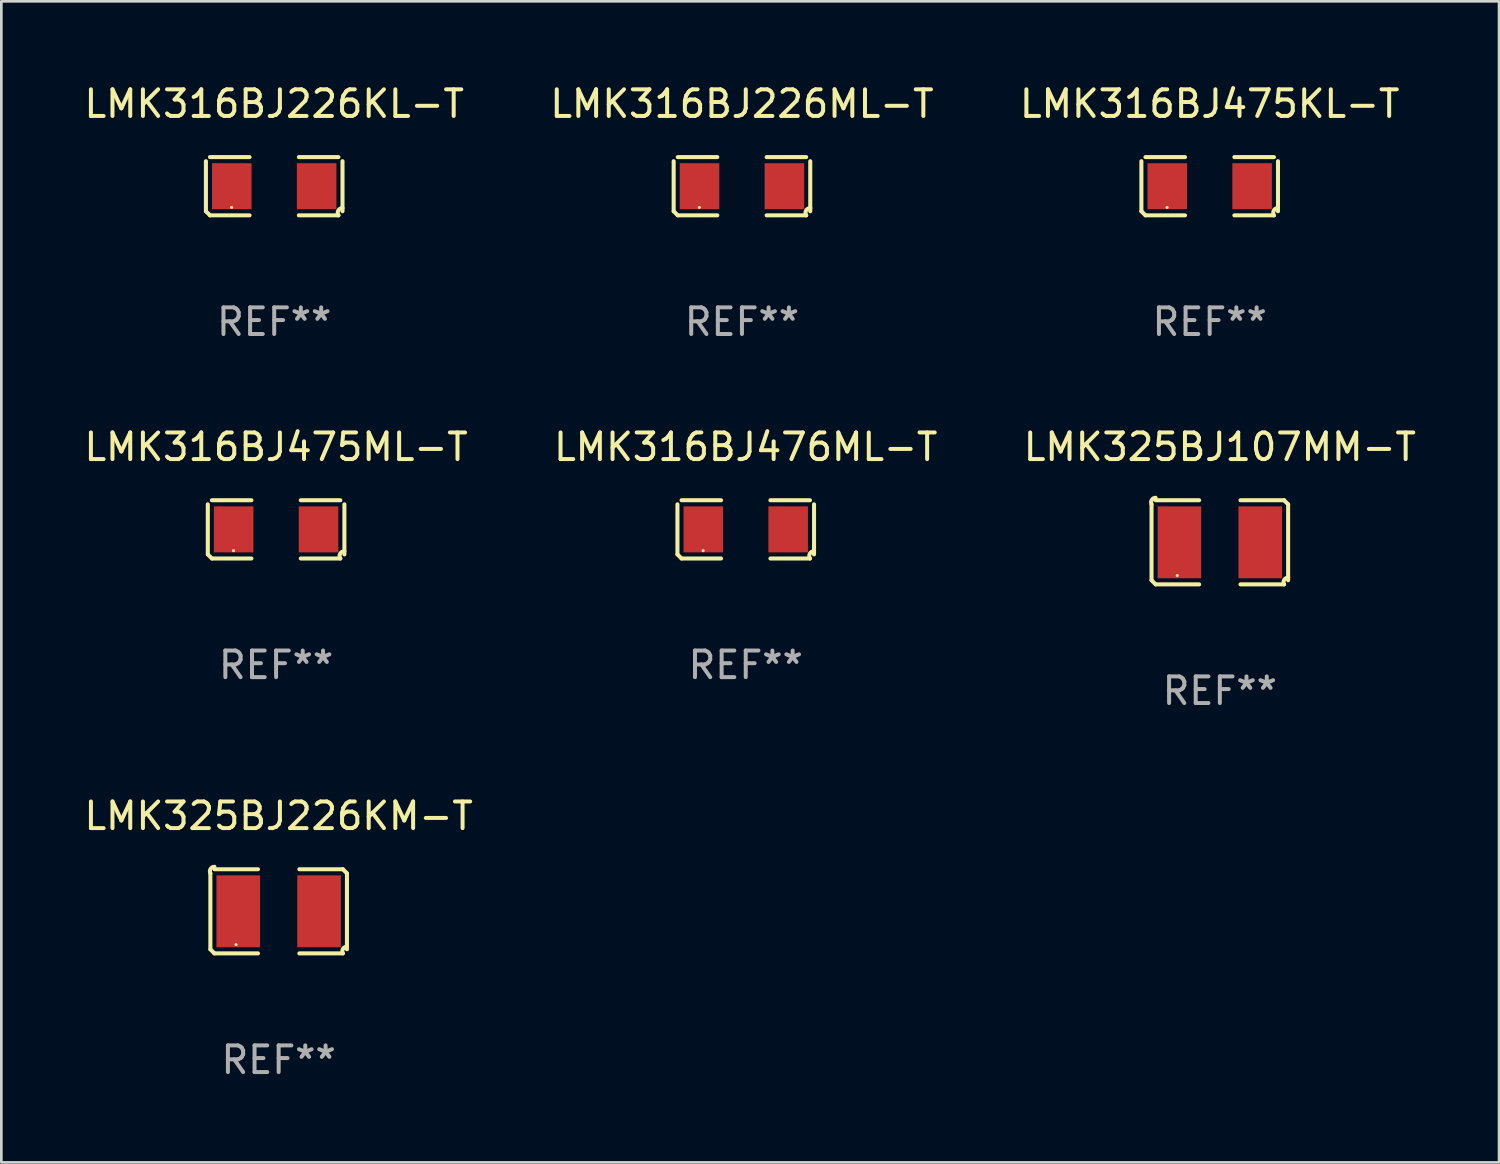
<source format=kicad_pcb>
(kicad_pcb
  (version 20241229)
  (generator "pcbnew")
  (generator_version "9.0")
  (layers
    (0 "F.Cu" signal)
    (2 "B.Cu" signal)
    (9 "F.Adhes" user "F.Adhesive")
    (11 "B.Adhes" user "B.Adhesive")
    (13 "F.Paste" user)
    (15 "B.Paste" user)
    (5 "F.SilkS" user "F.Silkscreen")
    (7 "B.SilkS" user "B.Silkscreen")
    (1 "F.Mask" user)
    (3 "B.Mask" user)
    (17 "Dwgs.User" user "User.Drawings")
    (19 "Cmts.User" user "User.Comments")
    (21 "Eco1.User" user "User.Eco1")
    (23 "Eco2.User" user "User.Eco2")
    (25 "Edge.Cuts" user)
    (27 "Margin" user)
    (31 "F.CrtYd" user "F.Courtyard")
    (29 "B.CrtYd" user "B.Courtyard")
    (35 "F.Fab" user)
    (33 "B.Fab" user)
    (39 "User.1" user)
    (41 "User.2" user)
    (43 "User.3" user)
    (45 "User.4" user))
  (footprint "LMK325BJ107MM-T"
    (layer "F.Cu")
    (at 42.744 17.309)
    (property "Reference" "LMK325BJ107MM-T" (at 0 -3.579 0) (layer "F.SilkS") (effects (font (size 1 1) (thickness 0.15))))
    (attr through_hole)
    (fp_line (start -2.564 1.426) (end -2.564 -1.426) (stroke (width 0.152) (type solid)) (layer "F.SilkS"))
    (fp_line (start -2.411 -1.579) (end -0.776 -1.579) (stroke (width 0.152) (type solid)) (layer "F.SilkS"))
    (fp_line (start -0.776 1.579) (end -2.411 1.579) (stroke (width 0.152) (type solid)) (layer "F.SilkS"))
    (fp_line (start 0.776 1.579) (end 2.411 1.579) (stroke (width 0.152) (type solid)) (layer "F.SilkS"))
    (fp_line (start 2.411 -1.579) (end 0.776 -1.579) (stroke (width 0.152) (type solid)) (layer "F.SilkS"))
    (fp_line (start 2.564 1.426) (end 2.564 -1.426) (stroke (width 0.152) (type solid)) (layer "F.SilkS"))
    (fp_arc (start -2.563602 -1.426213) (mid -2.555597 -1.591233) (end -2.411201 -1.671518) (stroke (width 0.1524) (type solid)) (layer "F.SilkS"))
    (fp_arc (start -2.5636 1.426214) (mid -2.487389 1.502402) (end -2.411201 1.578613) (stroke (width 0.1524) (type solid)) (layer "F.SilkS"))
    (fp_arc (start 2.411197 -1.578618) (mid 2.487403 -1.502419) (end 2.563602 -1.426213) (stroke (width 0.1524) (type solid)) (layer "F.SilkS"))
    (fp_arc (start 2.411201 1.578613) (mid 2.416214 1.409455) (end 2.563602 1.32629) (stroke (width 0.1524) (type solid)) (layer "F.SilkS"))
    (fp_circle (center -1.6 1.25) (end -1.57 1.25) (stroke (width 0.06) (type solid)) (fill no) (layer "F.SilkS"))
    (fp_text user "REF**" (at 0 5.579 0) (layer "F.Fab") (effects (font (size 1 1) (thickness 0.15))))
    (pad "1" smd rect (at -1.517 0) (size 1.635 2.7) (layers "F.Cu" "F.Mask" "F.Paste"))
    (pad "2" smd rect (at 1.517 0) (size 1.635 2.7) (layers "F.Cu" "F.Mask" "F.Paste")))
  (footprint "LMK316BJ226ML-T"
    (layer "F.Cu")
    (at 24.804 3.941)
    (property "Reference" "LMK316BJ226ML-T" (at 0 -3.093 0) (layer "F.SilkS") (effects (font (size 1 1) (thickness 0.15))))
    (attr through_hole)
    (fp_line (start -2.564 0.94) (end -2.564 -0.94) (stroke (width 0.152) (type solid)) (layer "F.SilkS"))
    (fp_line (start -2.411 -1.093) (end -0.926 -1.093) (stroke (width 0.152) (type solid)) (layer "F.SilkS"))
    (fp_line (start -0.926 1.093) (end -2.411 1.093) (stroke (width 0.152) (type solid)) (layer "F.SilkS"))
    (fp_line (start 0.926 1.093) (end 2.411 1.093) (stroke (width 0.152) (type solid)) (layer "F.SilkS"))
    (fp_line (start 2.411 -1.093) (end 0.926 -1.093) (stroke (width 0.152) (type solid)) (layer "F.SilkS"))
    (fp_line (start 2.564 0.94) (end 2.564 -0.94) (stroke (width 0.152) (type solid)) (layer "F.SilkS"))
    (fp_arc (start -2.411201 1.092609) (mid -2.487413 1.01642) (end -2.563602 0.940208) (stroke (width 0.1524) (type solid)) (layer "F.SilkS"))
    (fp_arc (start 2.411201 1.092609) (mid 2.407159 0.911226) (end 2.563602 0.819347) (stroke (width 0.1524) (type solid)) (layer "F.SilkS"))
    (fp_circle (center -1.6 0.8) (end -1.57 0.8) (stroke (width 0.06) (type solid)) (fill no) (layer "F.SilkS"))
    (fp_text user "REF**" (at 0 5.093 0) (layer "F.Fab") (effects (font (size 1 1) (thickness 0.15))))
    (pad "1" smd rect (at -1.593 0) (size 1.485 1.728) (layers "F.Cu" "F.Mask" "F.Paste"))
    (pad "2" smd rect (at 1.593 0) (size 1.485 1.728) (layers "F.Cu" "F.Mask" "F.Paste")))
  (footprint "LMK316BJ476ML-T"
    (layer "F.Cu")
    (at 24.946 16.823)
    (property "Reference" "LMK316BJ476ML-T" (at 0 -3.093 0) (layer "F.SilkS") (effects (font (size 1 1) (thickness 0.15))))
    (attr through_hole)
    (fp_line (start -2.564 0.94) (end -2.564 -0.94) (stroke (width 0.152) (type solid)) (layer "F.SilkS"))
    (fp_line (start -2.411 -1.093) (end -0.926 -1.093) (stroke (width 0.152) (type solid)) (layer "F.SilkS"))
    (fp_line (start -0.926 1.093) (end -2.411 1.093) (stroke (width 0.152) (type solid)) (layer "F.SilkS"))
    (fp_line (start 0.926 1.093) (end 2.411 1.093) (stroke (width 0.152) (type solid)) (layer "F.SilkS"))
    (fp_line (start 2.411 -1.093) (end 0.926 -1.093) (stroke (width 0.152) (type solid)) (layer "F.SilkS"))
    (fp_line (start 2.564 0.94) (end 2.564 -0.94) (stroke (width 0.152) (type solid)) (layer "F.SilkS"))
    (fp_arc (start -2.411201 1.092609) (mid -2.487413 1.01642) (end -2.563602 0.940208) (stroke (width 0.1524) (type solid)) (layer "F.SilkS"))
    (fp_arc (start 2.411201 1.092609) (mid 2.407159 0.911226) (end 2.563602 0.819347) (stroke (width 0.1524) (type solid)) (layer "F.SilkS"))
    (fp_circle (center -1.6 0.8) (end -1.57 0.8) (stroke (width 0.06) (type solid)) (fill no) (layer "F.SilkS"))
    (fp_text user "REF**" (at 0 5.093 0) (layer "F.Fab") (effects (font (size 1 1) (thickness 0.15))))
    (pad "1" smd rect (at -1.593 0) (size 1.485 1.728) (layers "F.Cu" "F.Mask" "F.Paste"))
    (pad "2" smd rect (at 1.593 0) (size 1.485 1.728) (layers "F.Cu" "F.Mask" "F.Paste")))
  (footprint "LMK316BJ475ML-T"
    (layer "F.Cu")
    (at 7.315 16.823)
    (property "Reference" "LMK316BJ475ML-T" (at 0 -3.093 0) (layer "F.SilkS") (effects (font (size 1 1) (thickness 0.15))))
    (attr through_hole)
    (fp_line (start -2.564 0.94) (end -2.564 -0.94) (stroke (width 0.152) (type solid)) (layer "F.SilkS"))
    (fp_line (start -2.411 -1.093) (end -0.926 -1.093) (stroke (width 0.152) (type solid)) (layer "F.SilkS"))
    (fp_line (start -0.926 1.093) (end -2.411 1.093) (stroke (width 0.152) (type solid)) (layer "F.SilkS"))
    (fp_line (start 0.926 1.093) (end 2.411 1.093) (stroke (width 0.152) (type solid)) (layer "F.SilkS"))
    (fp_line (start 2.411 -1.093) (end 0.926 -1.093) (stroke (width 0.152) (type solid)) (layer "F.SilkS"))
    (fp_line (start 2.564 0.94) (end 2.564 -0.94) (stroke (width 0.152) (type solid)) (layer "F.SilkS"))
    (fp_arc (start -2.411201 1.092609) (mid -2.487413 1.01642) (end -2.563602 0.940208) (stroke (width 0.1524) (type solid)) (layer "F.SilkS"))
    (fp_arc (start 2.411201 1.092609) (mid 2.407159 0.911226) (end 2.563602 0.819347) (stroke (width 0.1524) (type solid)) (layer "F.SilkS"))
    (fp_circle (center -1.6 0.8) (end -1.57 0.8) (stroke (width 0.06) (type solid)) (fill no) (layer "F.SilkS"))
    (fp_text user "REF**" (at 0 5.093 0) (layer "F.Fab") (effects (font (size 1 1) (thickness 0.15))))
    (pad "1" smd rect (at -1.593 0) (size 1.485 1.728) (layers "F.Cu" "F.Mask" "F.Paste"))
    (pad "2" smd rect (at 1.593 0) (size 1.485 1.728) (layers "F.Cu" "F.Mask" "F.Paste")))
  (footprint "LMK325BJ226KM-T"
    (layer "F.Cu")
    (at 7.411 31.162)
    (property "Reference" "LMK325BJ226KM-T" (at 0 -3.579 0) (layer "F.SilkS") (effects (font (size 1 1) (thickness 0.15))))
    (attr through_hole)
    (fp_line (start -2.564 1.426) (end -2.564 -1.426) (stroke (width 0.152) (type solid)) (layer "F.SilkS"))
    (fp_line (start -2.411 -1.579) (end -0.776 -1.579) (stroke (width 0.152) (type solid)) (layer "F.SilkS"))
    (fp_line (start -0.776 1.579) (end -2.411 1.579) (stroke (width 0.152) (type solid)) (layer "F.SilkS"))
    (fp_line (start 0.776 1.579) (end 2.411 1.579) (stroke (width 0.152) (type solid)) (layer "F.SilkS"))
    (fp_line (start 2.411 -1.579) (end 0.776 -1.579) (stroke (width 0.152) (type solid)) (layer "F.SilkS"))
    (fp_line (start 2.564 1.426) (end 2.564 -1.426) (stroke (width 0.152) (type solid)) (layer "F.SilkS"))
    (fp_arc (start -2.563602 -1.426213) (mid -2.555597 -1.591233) (end -2.411201 -1.671518) (stroke (width 0.1524) (type solid)) (layer "F.SilkS"))
    (fp_arc (start -2.5636 1.426214) (mid -2.487389 1.502402) (end -2.411201 1.578613) (stroke (width 0.1524) (type solid)) (layer "F.SilkS"))
    (fp_arc (start 2.411197 -1.578618) (mid 2.487403 -1.502419) (end 2.563602 -1.426213) (stroke (width 0.1524) (type solid)) (layer "F.SilkS"))
    (fp_arc (start 2.411201 1.578613) (mid 2.416214 1.409455) (end 2.563602 1.32629) (stroke (width 0.1524) (type solid)) (layer "F.SilkS"))
    (fp_circle (center -1.6 1.25) (end -1.57 1.25) (stroke (width 0.06) (type solid)) (fill no) (layer "F.SilkS"))
    (fp_text user "REF**" (at 0 5.579 0) (layer "F.Fab") (effects (font (size 1 1) (thickness 0.15))))
    (pad "1" smd rect (at -1.517 0) (size 1.635 2.7) (layers "F.Cu" "F.Mask" "F.Paste"))
    (pad "2" smd rect (at 1.517 0) (size 1.635 2.7) (layers "F.Cu" "F.Mask" "F.Paste")))
  (footprint "LMK316BJ226KL-T"
    (layer "F.Cu")
    (at 7.244 3.941)
    (property "Reference" "LMK316BJ226KL-T" (at 0 -3.093 0) (layer "F.SilkS") (effects (font (size 1 1) (thickness 0.15))))
    (attr through_hole)
    (fp_line (start -2.564 0.94) (end -2.564 -0.94) (stroke (width 0.152) (type solid)) (layer "F.SilkS"))
    (fp_line (start -2.411 -1.093) (end -0.926 -1.093) (stroke (width 0.152) (type solid)) (layer "F.SilkS"))
    (fp_line (start -0.926 1.093) (end -2.411 1.093) (stroke (width 0.152) (type solid)) (layer "F.SilkS"))
    (fp_line (start 0.926 1.093) (end 2.411 1.093) (stroke (width 0.152) (type solid)) (layer "F.SilkS"))
    (fp_line (start 2.411 -1.093) (end 0.926 -1.093) (stroke (width 0.152) (type solid)) (layer "F.SilkS"))
    (fp_line (start 2.564 0.94) (end 2.564 -0.94) (stroke (width 0.152) (type solid)) (layer "F.SilkS"))
    (fp_arc (start -2.411201 1.092609) (mid -2.487413 1.01642) (end -2.563602 0.940208) (stroke (width 0.1524) (type solid)) (layer "F.SilkS"))
    (fp_arc (start 2.411201 1.092609) (mid 2.407159 0.911226) (end 2.563602 0.819347) (stroke (width 0.1524) (type solid)) (layer "F.SilkS"))
    (fp_circle (center -1.6 0.8) (end -1.57 0.8) (stroke (width 0.06) (type solid)) (fill no) (layer "F.SilkS"))
    (fp_text user "REF**" (at 0 5.093 0) (layer "F.Fab") (effects (font (size 1 1) (thickness 0.15))))
    (pad "1" smd rect (at -1.593 0) (size 1.485 1.728) (layers "F.Cu" "F.Mask" "F.Paste"))
    (pad "2" smd rect (at 1.593 0) (size 1.485 1.728) (layers "F.Cu" "F.Mask" "F.Paste")))
  (footprint "LMK316BJ475KL-T"
    (layer "F.Cu")
    (at 42.363 3.941)
    (property "Reference" "LMK316BJ475KL-T" (at 0 -3.093 0) (layer "F.SilkS") (effects (font (size 1 1) (thickness 0.15))))
    (attr through_hole)
    (fp_line (start -2.564 0.94) (end -2.564 -0.94) (stroke (width 0.152) (type solid)) (layer "F.SilkS"))
    (fp_line (start -2.411 -1.093) (end -0.926 -1.093) (stroke (width 0.152) (type solid)) (layer "F.SilkS"))
    (fp_line (start -0.926 1.093) (end -2.411 1.093) (stroke (width 0.152) (type solid)) (layer "F.SilkS"))
    (fp_line (start 0.926 1.093) (end 2.411 1.093) (stroke (width 0.152) (type solid)) (layer "F.SilkS"))
    (fp_line (start 2.411 -1.093) (end 0.926 -1.093) (stroke (width 0.152) (type solid)) (layer "F.SilkS"))
    (fp_line (start 2.564 0.94) (end 2.564 -0.94) (stroke (width 0.152) (type solid)) (layer "F.SilkS"))
    (fp_arc (start -2.411201 1.092609) (mid -2.487413 1.01642) (end -2.563602 0.940208) (stroke (width 0.1524) (type solid)) (layer "F.SilkS"))
    (fp_arc (start 2.411201 1.092609) (mid 2.407159 0.911226) (end 2.563602 0.819347) (stroke (width 0.1524) (type solid)) (layer "F.SilkS"))
    (fp_circle (center -1.6 0.8) (end -1.57 0.8) (stroke (width 0.06) (type solid)) (fill no) (layer "F.SilkS"))
    (fp_text user "REF**" (at 0 5.093 0) (layer "F.Fab") (effects (font (size 1 1) (thickness 0.15))))
    (pad "1" smd rect (at -1.593 0) (size 1.485 1.728) (layers "F.Cu" "F.Mask" "F.Paste"))
    (pad "2" smd rect (at 1.593 0) (size 1.485 1.728) (layers "F.Cu" "F.Mask" "F.Paste")))
  (gr_rect
    (start -3 -3)
    (end 53.226 40.589)
    (stroke (width 0.1) (type default))
    (fill no)
    (layer "Edge.Cuts")))
</source>
